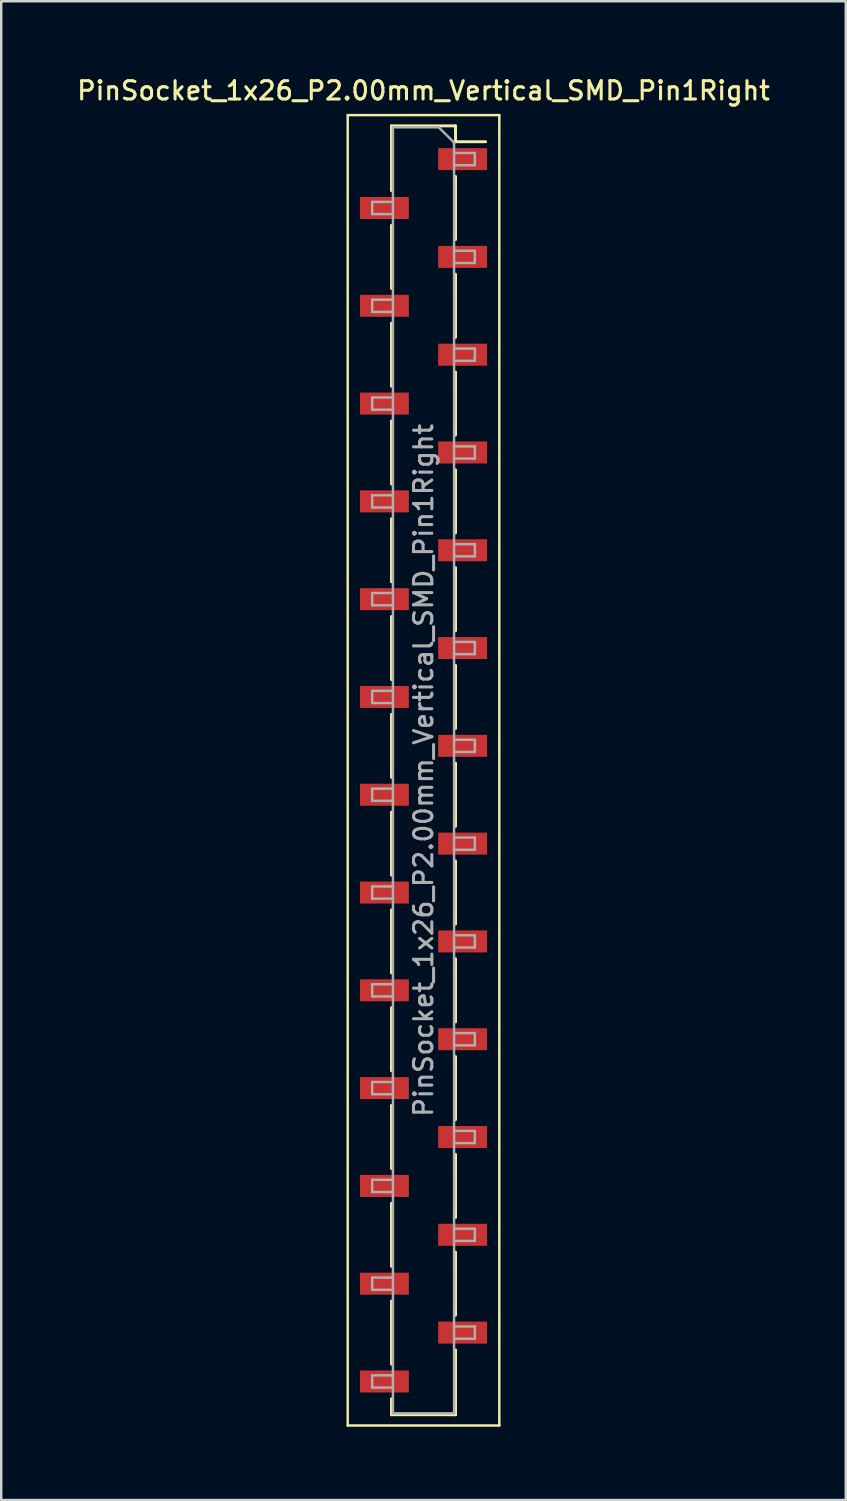
<source format=kicad_pcb>
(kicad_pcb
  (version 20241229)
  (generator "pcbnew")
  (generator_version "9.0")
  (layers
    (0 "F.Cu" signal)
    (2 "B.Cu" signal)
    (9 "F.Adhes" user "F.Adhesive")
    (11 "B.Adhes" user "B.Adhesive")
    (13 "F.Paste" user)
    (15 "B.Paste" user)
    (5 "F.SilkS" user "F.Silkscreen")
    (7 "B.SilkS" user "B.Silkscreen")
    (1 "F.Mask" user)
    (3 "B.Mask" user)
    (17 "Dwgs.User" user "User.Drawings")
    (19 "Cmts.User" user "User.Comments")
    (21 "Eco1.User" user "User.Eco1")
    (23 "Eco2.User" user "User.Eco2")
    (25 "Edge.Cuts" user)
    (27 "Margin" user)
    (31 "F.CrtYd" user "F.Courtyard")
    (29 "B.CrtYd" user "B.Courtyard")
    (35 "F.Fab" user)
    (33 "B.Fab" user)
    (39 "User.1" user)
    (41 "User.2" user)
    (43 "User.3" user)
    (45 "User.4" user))
  (footprint "PinSocket_1x26_P2.00mm_Vertical_SMD_Pin1Right"
    (layer "F.Cu")
    (at 14.273 28.458)
    (property "Reference" "PinSocket_1x26_P2.00mm_Vertical_SMD_Pin1Right" (at 0 -27.8 0) (layer "F.SilkS") (effects (font (size 0.75 0.75) (thickness 0.125))))
    (attr smd)
    (fp_line (start -3.1 -26.8) (end 3.1 -26.8) (stroke (width 0.1) (type solid)) (layer "F.SilkS"))
    (fp_line (start -3.1 26.8) (end -3.1 -26.8) (stroke (width 0.1) (type solid)) (layer "F.SilkS"))
    (fp_line (start -1.31 -26.36) (end -1.31 -23.71) (stroke (width 0.12) (type solid)) (layer "F.SilkS"))
    (fp_line (start -1.31 -26.36) (end 1.31 -26.36) (stroke (width 0.12) (type solid)) (layer "F.SilkS"))
    (fp_line (start -1.31 -22.29) (end -1.31 -19.71) (stroke (width 0.12) (type solid)) (layer "F.SilkS"))
    (fp_line (start -1.31 -18.29) (end -1.31 -15.71) (stroke (width 0.12) (type solid)) (layer "F.SilkS"))
    (fp_line (start -1.31 -14.29) (end -1.31 -11.71) (stroke (width 0.12) (type solid)) (layer "F.SilkS"))
    (fp_line (start -1.31 -10.29) (end -1.31 -7.71) (stroke (width 0.12) (type solid)) (layer "F.SilkS"))
    (fp_line (start -1.31 -6.29) (end -1.31 -3.71) (stroke (width 0.12) (type solid)) (layer "F.SilkS"))
    (fp_line (start -1.31 -2.29) (end -1.31 0.29) (stroke (width 0.12) (type solid)) (layer "F.SilkS"))
    (fp_line (start -1.31 1.71) (end -1.31 4.29) (stroke (width 0.12) (type solid)) (layer "F.SilkS"))
    (fp_line (start -1.31 5.71) (end -1.31 8.29) (stroke (width 0.12) (type solid)) (layer "F.SilkS"))
    (fp_line (start -1.31 9.71) (end -1.31 12.29) (stroke (width 0.12) (type solid)) (layer "F.SilkS"))
    (fp_line (start -1.31 13.71) (end -1.31 16.29) (stroke (width 0.12) (type solid)) (layer "F.SilkS"))
    (fp_line (start -1.31 17.71) (end -1.31 20.29) (stroke (width 0.12) (type solid)) (layer "F.SilkS"))
    (fp_line (start -1.31 21.71) (end -1.31 24.29) (stroke (width 0.12) (type solid)) (layer "F.SilkS"))
    (fp_line (start -1.31 25.71) (end -1.31 26.36) (stroke (width 0.12) (type solid)) (layer "F.SilkS"))
    (fp_line (start -1.31 26.36) (end 1.31 26.36) (stroke (width 0.12) (type solid)) (layer "F.SilkS"))
    (fp_line (start 1.31 -26.36) (end 1.31 -25.71) (stroke (width 0.12) (type solid)) (layer "F.SilkS"))
    (fp_line (start 1.31 -25.71) (end 2.54 -25.71) (stroke (width 0.12) (type solid)) (layer "F.SilkS"))
    (fp_line (start 1.31 -24.29) (end 1.31 -21.71) (stroke (width 0.12) (type solid)) (layer "F.SilkS"))
    (fp_line (start 1.31 -20.29) (end 1.31 -17.71) (stroke (width 0.12) (type solid)) (layer "F.SilkS"))
    (fp_line (start 1.31 -16.29) (end 1.31 -13.71) (stroke (width 0.12) (type solid)) (layer "F.SilkS"))
    (fp_line (start 1.31 -12.29) (end 1.31 -9.71) (stroke (width 0.12) (type solid)) (layer "F.SilkS"))
    (fp_line (start 1.31 -8.29) (end 1.31 -5.71) (stroke (width 0.12) (type solid)) (layer "F.SilkS"))
    (fp_line (start 1.31 -4.29) (end 1.31 -1.71) (stroke (width 0.12) (type solid)) (layer "F.SilkS"))
    (fp_line (start 1.31 -0.29) (end 1.31 2.29) (stroke (width 0.12) (type solid)) (layer "F.SilkS"))
    (fp_line (start 1.31 3.71) (end 1.31 6.29) (stroke (width 0.12) (type solid)) (layer "F.SilkS"))
    (fp_line (start 1.31 7.71) (end 1.31 10.29) (stroke (width 0.12) (type solid)) (layer "F.SilkS"))
    (fp_line (start 1.31 11.71) (end 1.31 14.29) (stroke (width 0.12) (type solid)) (layer "F.SilkS"))
    (fp_line (start 1.31 15.71) (end 1.31 18.29) (stroke (width 0.12) (type solid)) (layer "F.SilkS"))
    (fp_line (start 1.31 19.71) (end 1.31 22.29) (stroke (width 0.12) (type solid)) (layer "F.SilkS"))
    (fp_line (start 1.31 23.71) (end 1.31 26.36) (stroke (width 0.12) (type solid)) (layer "F.SilkS"))
    (fp_line (start 3.1 -26.8) (end 3.1 26.8) (stroke (width 0.1) (type solid)) (layer "F.SilkS"))
    (fp_line (start 3.1 26.8) (end -3.1 26.8) (stroke (width 0.1) (type solid)) (layer "F.SilkS"))
    (fp_line (start -2.1 -23.25) (end -1.25 -23.25) (stroke (width 0.1) (type solid)) (layer "F.Fab"))
    (fp_line (start -2.1 -22.75) (end -2.1 -23.25) (stroke (width 0.1) (type solid)) (layer "F.Fab"))
    (fp_line (start -2.1 -19.25) (end -1.25 -19.25) (stroke (width 0.1) (type solid)) (layer "F.Fab"))
    (fp_line (start -2.1 -18.75) (end -2.1 -19.25) (stroke (width 0.1) (type solid)) (layer "F.Fab"))
    (fp_line (start -2.1 -15.25) (end -1.25 -15.25) (stroke (width 0.1) (type solid)) (layer "F.Fab"))
    (fp_line (start -2.1 -14.75) (end -2.1 -15.25) (stroke (width 0.1) (type solid)) (layer "F.Fab"))
    (fp_line (start -2.1 -11.25) (end -1.25 -11.25) (stroke (width 0.1) (type solid)) (layer "F.Fab"))
    (fp_line (start -2.1 -10.75) (end -2.1 -11.25) (stroke (width 0.1) (type solid)) (layer "F.Fab"))
    (fp_line (start -2.1 -7.25) (end -1.25 -7.25) (stroke (width 0.1) (type solid)) (layer "F.Fab"))
    (fp_line (start -2.1 -6.75) (end -2.1 -7.25) (stroke (width 0.1) (type solid)) (layer "F.Fab"))
    (fp_line (start -2.1 -3.25) (end -1.25 -3.25) (stroke (width 0.1) (type solid)) (layer "F.Fab"))
    (fp_line (start -2.1 -2.75) (end -2.1 -3.25) (stroke (width 0.1) (type solid)) (layer "F.Fab"))
    (fp_line (start -2.1 0.75) (end -1.25 0.75) (stroke (width 0.1) (type solid)) (layer "F.Fab"))
    (fp_line (start -2.1 1.25) (end -2.1 0.75) (stroke (width 0.1) (type solid)) (layer "F.Fab"))
    (fp_line (start -2.1 4.75) (end -1.25 4.75) (stroke (width 0.1) (type solid)) (layer "F.Fab"))
    (fp_line (start -2.1 5.25) (end -2.1 4.75) (stroke (width 0.1) (type solid)) (layer "F.Fab"))
    (fp_line (start -2.1 8.75) (end -1.25 8.75) (stroke (width 0.1) (type solid)) (layer "F.Fab"))
    (fp_line (start -2.1 9.25) (end -2.1 8.75) (stroke (width 0.1) (type solid)) (layer "F.Fab"))
    (fp_line (start -2.1 12.75) (end -1.25 12.75) (stroke (width 0.1) (type solid)) (layer "F.Fab"))
    (fp_line (start -2.1 13.25) (end -2.1 12.75) (stroke (width 0.1) (type solid)) (layer "F.Fab"))
    (fp_line (start -2.1 16.75) (end -1.25 16.75) (stroke (width 0.1) (type solid)) (layer "F.Fab"))
    (fp_line (start -2.1 17.25) (end -2.1 16.75) (stroke (width 0.1) (type solid)) (layer "F.Fab"))
    (fp_line (start -2.1 20.75) (end -1.25 20.75) (stroke (width 0.1) (type solid)) (layer "F.Fab"))
    (fp_line (start -2.1 21.25) (end -2.1 20.75) (stroke (width 0.1) (type solid)) (layer "F.Fab"))
    (fp_line (start -2.1 24.75) (end -1.25 24.75) (stroke (width 0.1) (type solid)) (layer "F.Fab"))
    (fp_line (start -2.1 25.25) (end -2.1 24.75) (stroke (width 0.1) (type solid)) (layer "F.Fab"))
    (fp_line (start -1.25 -26.3) (end 0.625 -26.3) (stroke (width 0.1) (type solid)) (layer "F.Fab"))
    (fp_line (start -1.25 -22.75) (end -2.1 -22.75) (stroke (width 0.1) (type solid)) (layer "F.Fab"))
    (fp_line (start -1.25 -18.75) (end -2.1 -18.75) (stroke (width 0.1) (type solid)) (layer "F.Fab"))
    (fp_line (start -1.25 -14.75) (end -2.1 -14.75) (stroke (width 0.1) (type solid)) (layer "F.Fab"))
    (fp_line (start -1.25 -10.75) (end -2.1 -10.75) (stroke (width 0.1) (type solid)) (layer "F.Fab"))
    (fp_line (start -1.25 -6.75) (end -2.1 -6.75) (stroke (width 0.1) (type solid)) (layer "F.Fab"))
    (fp_line (start -1.25 -2.75) (end -2.1 -2.75) (stroke (width 0.1) (type solid)) (layer "F.Fab"))
    (fp_line (start -1.25 1.25) (end -2.1 1.25) (stroke (width 0.1) (type solid)) (layer "F.Fab"))
    (fp_line (start -1.25 5.25) (end -2.1 5.25) (stroke (width 0.1) (type solid)) (layer "F.Fab"))
    (fp_line (start -1.25 9.25) (end -2.1 9.25) (stroke (width 0.1) (type solid)) (layer "F.Fab"))
    (fp_line (start -1.25 13.25) (end -2.1 13.25) (stroke (width 0.1) (type solid)) (layer "F.Fab"))
    (fp_line (start -1.25 17.25) (end -2.1 17.25) (stroke (width 0.1) (type solid)) (layer "F.Fab"))
    (fp_line (start -1.25 21.25) (end -2.1 21.25) (stroke (width 0.1) (type solid)) (layer "F.Fab"))
    (fp_line (start -1.25 25.25) (end -2.1 25.25) (stroke (width 0.1) (type solid)) (layer "F.Fab"))
    (fp_line (start -1.25 26.3) (end -1.25 -26.3) (stroke (width 0.1) (type solid)) (layer "F.Fab"))
    (fp_line (start 0.625 -26.3) (end 1.25 -25.675) (stroke (width 0.1) (type solid)) (layer "F.Fab"))
    (fp_line (start 1.25 -25.675) (end 1.25 26.3) (stroke (width 0.1) (type solid)) (layer "F.Fab"))
    (fp_line (start 1.25 -25.25) (end 2.1 -25.25) (stroke (width 0.1) (type solid)) (layer "F.Fab"))
    (fp_line (start 1.25 -21.25) (end 2.1 -21.25) (stroke (width 0.1) (type solid)) (layer "F.Fab"))
    (fp_line (start 1.25 -17.25) (end 2.1 -17.25) (stroke (width 0.1) (type solid)) (layer "F.Fab"))
    (fp_line (start 1.25 -13.25) (end 2.1 -13.25) (stroke (width 0.1) (type solid)) (layer "F.Fab"))
    (fp_line (start 1.25 -9.25) (end 2.1 -9.25) (stroke (width 0.1) (type solid)) (layer "F.Fab"))
    (fp_line (start 1.25 -5.25) (end 2.1 -5.25) (stroke (width 0.1) (type solid)) (layer "F.Fab"))
    (fp_line (start 1.25 -1.25) (end 2.1 -1.25) (stroke (width 0.1) (type solid)) (layer "F.Fab"))
    (fp_line (start 1.25 2.75) (end 2.1 2.75) (stroke (width 0.1) (type solid)) (layer "F.Fab"))
    (fp_line (start 1.25 6.75) (end 2.1 6.75) (stroke (width 0.1) (type solid)) (layer "F.Fab"))
    (fp_line (start 1.25 10.75) (end 2.1 10.75) (stroke (width 0.1) (type solid)) (layer "F.Fab"))
    (fp_line (start 1.25 14.75) (end 2.1 14.75) (stroke (width 0.1) (type solid)) (layer "F.Fab"))
    (fp_line (start 1.25 18.75) (end 2.1 18.75) (stroke (width 0.1) (type solid)) (layer "F.Fab"))
    (fp_line (start 1.25 22.75) (end 2.1 22.75) (stroke (width 0.1) (type solid)) (layer "F.Fab"))
    (fp_line (start 1.25 26.3) (end -1.25 26.3) (stroke (width 0.1) (type solid)) (layer "F.Fab"))
    (fp_line (start 2.1 -25.25) (end 2.1 -24.75) (stroke (width 0.1) (type solid)) (layer "F.Fab"))
    (fp_line (start 2.1 -24.75) (end 1.25 -24.75) (stroke (width 0.1) (type solid)) (layer "F.Fab"))
    (fp_line (start 2.1 -21.25) (end 2.1 -20.75) (stroke (width 0.1) (type solid)) (layer "F.Fab"))
    (fp_line (start 2.1 -20.75) (end 1.25 -20.75) (stroke (width 0.1) (type solid)) (layer "F.Fab"))
    (fp_line (start 2.1 -17.25) (end 2.1 -16.75) (stroke (width 0.1) (type solid)) (layer "F.Fab"))
    (fp_line (start 2.1 -16.75) (end 1.25 -16.75) (stroke (width 0.1) (type solid)) (layer "F.Fab"))
    (fp_line (start 2.1 -13.25) (end 2.1 -12.75) (stroke (width 0.1) (type solid)) (layer "F.Fab"))
    (fp_line (start 2.1 -12.75) (end 1.25 -12.75) (stroke (width 0.1) (type solid)) (layer "F.Fab"))
    (fp_line (start 2.1 -9.25) (end 2.1 -8.75) (stroke (width 0.1) (type solid)) (layer "F.Fab"))
    (fp_line (start 2.1 -8.75) (end 1.25 -8.75) (stroke (width 0.1) (type solid)) (layer "F.Fab"))
    (fp_line (start 2.1 -5.25) (end 2.1 -4.75) (stroke (width 0.1) (type solid)) (layer "F.Fab"))
    (fp_line (start 2.1 -4.75) (end 1.25 -4.75) (stroke (width 0.1) (type solid)) (layer "F.Fab"))
    (fp_line (start 2.1 -1.25) (end 2.1 -0.75) (stroke (width 0.1) (type solid)) (layer "F.Fab"))
    (fp_line (start 2.1 -0.75) (end 1.25 -0.75) (stroke (width 0.1) (type solid)) (layer "F.Fab"))
    (fp_line (start 2.1 2.75) (end 2.1 3.25) (stroke (width 0.1) (type solid)) (layer "F.Fab"))
    (fp_line (start 2.1 3.25) (end 1.25 3.25) (stroke (width 0.1) (type solid)) (layer "F.Fab"))
    (fp_line (start 2.1 6.75) (end 2.1 7.25) (stroke (width 0.1) (type solid)) (layer "F.Fab"))
    (fp_line (start 2.1 7.25) (end 1.25 7.25) (stroke (width 0.1) (type solid)) (layer "F.Fab"))
    (fp_line (start 2.1 10.75) (end 2.1 11.25) (stroke (width 0.1) (type solid)) (layer "F.Fab"))
    (fp_line (start 2.1 11.25) (end 1.25 11.25) (stroke (width 0.1) (type solid)) (layer "F.Fab"))
    (fp_line (start 2.1 14.75) (end 2.1 15.25) (stroke (width 0.1) (type solid)) (layer "F.Fab"))
    (fp_line (start 2.1 15.25) (end 1.25 15.25) (stroke (width 0.1) (type solid)) (layer "F.Fab"))
    (fp_line (start 2.1 18.75) (end 2.1 19.25) (stroke (width 0.1) (type solid)) (layer "F.Fab"))
    (fp_line (start 2.1 19.25) (end 1.25 19.25) (stroke (width 0.1) (type solid)) (layer "F.Fab"))
    (fp_line (start 2.1 22.75) (end 2.1 23.25) (stroke (width 0.1) (type solid)) (layer "F.Fab"))
    (fp_line (start 2.1 23.25) (end 1.25 23.25) (stroke (width 0.1) (type solid)) (layer "F.Fab"))
    (fp_text user "${REFERENCE}" (at 0 0 90) (layer "F.Fab") (effects (font (size 0.75 0.75) (thickness 0.125))))
    (pad "1" smd rect (at 1.6 -25) (size 2 0.9) (layers "F.Cu" "F.Mask" "F.Paste"))
    (pad "2" smd rect (at -1.6 -23) (size 2 0.9) (layers "F.Cu" "F.Mask" "F.Paste"))
    (pad "3" smd rect (at 1.6 -21) (size 2 0.9) (layers "F.Cu" "F.Mask" "F.Paste"))
    (pad "4" smd rect (at -1.6 -19) (size 2 0.9) (layers "F.Cu" "F.Mask" "F.Paste"))
    (pad "5" smd rect (at 1.6 -17) (size 2 0.9) (layers "F.Cu" "F.Mask" "F.Paste"))
    (pad "6" smd rect (at -1.6 -15) (size 2 0.9) (layers "F.Cu" "F.Mask" "F.Paste"))
    (pad "7" smd rect (at 1.6 -13) (size 2 0.9) (layers "F.Cu" "F.Mask" "F.Paste"))
    (pad "8" smd rect (at -1.6 -11) (size 2 0.9) (layers "F.Cu" "F.Mask" "F.Paste"))
    (pad "9" smd rect (at 1.6 -9) (size 2 0.9) (layers "F.Cu" "F.Mask" "F.Paste"))
    (pad "10" smd rect (at -1.6 -7) (size 2 0.9) (layers "F.Cu" "F.Mask" "F.Paste"))
    (pad "11" smd rect (at 1.6 -5) (size 2 0.9) (layers "F.Cu" "F.Mask" "F.Paste"))
    (pad "12" smd rect (at -1.6 -3) (size 2 0.9) (layers "F.Cu" "F.Mask" "F.Paste"))
    (pad "13" smd rect (at 1.6 -1) (size 2 0.9) (layers "F.Cu" "F.Mask" "F.Paste"))
    (pad "14" smd rect (at -1.6 1) (size 2 0.9) (layers "F.Cu" "F.Mask" "F.Paste"))
    (pad "15" smd rect (at 1.6 3) (size 2 0.9) (layers "F.Cu" "F.Mask" "F.Paste"))
    (pad "16" smd rect (at -1.6 5) (size 2 0.9) (layers "F.Cu" "F.Mask" "F.Paste"))
    (pad "17" smd rect (at 1.6 7) (size 2 0.9) (layers "F.Cu" "F.Mask" "F.Paste"))
    (pad "18" smd rect (at -1.6 9) (size 2 0.9) (layers "F.Cu" "F.Mask" "F.Paste"))
    (pad "19" smd rect (at 1.6 11) (size 2 0.9) (layers "F.Cu" "F.Mask" "F.Paste"))
    (pad "20" smd rect (at -1.6 13) (size 2 0.9) (layers "F.Cu" "F.Mask" "F.Paste"))
    (pad "21" smd rect (at 1.6 15) (size 2 0.9) (layers "F.Cu" "F.Mask" "F.Paste"))
    (pad "22" smd rect (at -1.6 17) (size 2 0.9) (layers "F.Cu" "F.Mask" "F.Paste"))
    (pad "23" smd rect (at 1.6 19) (size 2 0.9) (layers "F.Cu" "F.Mask" "F.Paste"))
    (pad "24" smd rect (at -1.6 21) (size 2 0.9) (layers "F.Cu" "F.Mask" "F.Paste"))
    (pad "25" smd rect (at 1.6 23) (size 2 0.9) (layers "F.Cu" "F.Mask" "F.Paste"))
    (pad "26" smd rect (at -1.6 25) (size 2 0.9) (layers "F.Cu" "F.Mask" "F.Paste")))
  (gr_rect
    (start -3 -3)
    (end 31.546 58.308)
    (stroke (width 0.1) (type default))
    (fill no)
    (layer "Edge.Cuts")))
</source>
